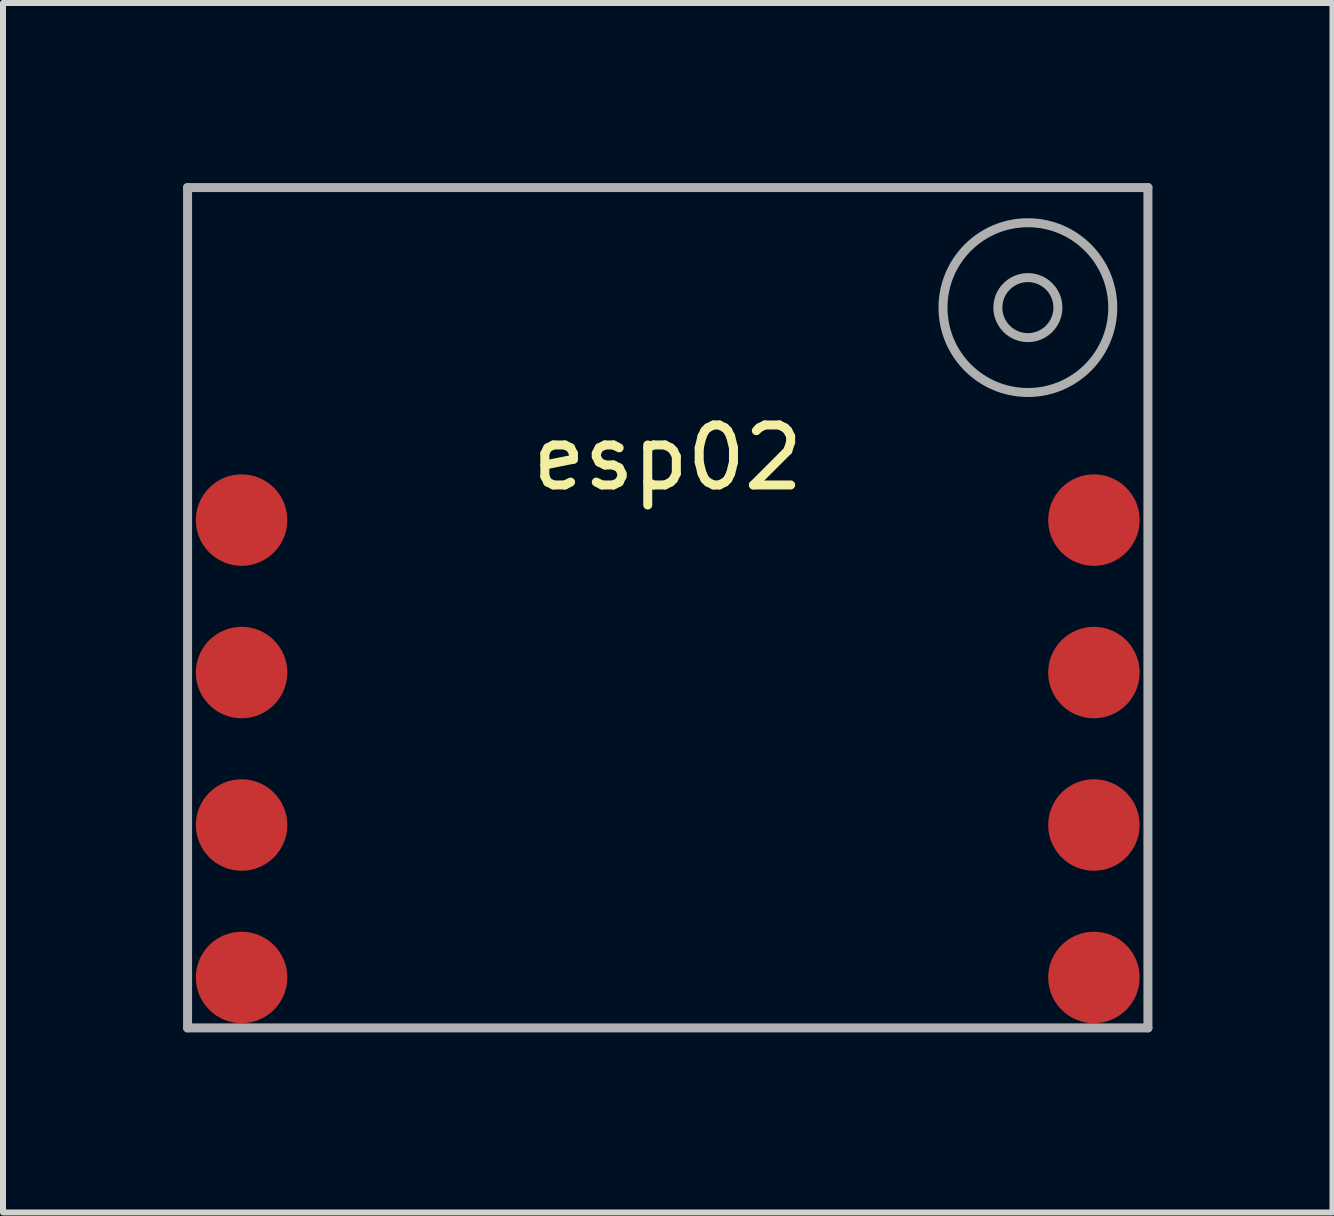
<source format=kicad_pcb>
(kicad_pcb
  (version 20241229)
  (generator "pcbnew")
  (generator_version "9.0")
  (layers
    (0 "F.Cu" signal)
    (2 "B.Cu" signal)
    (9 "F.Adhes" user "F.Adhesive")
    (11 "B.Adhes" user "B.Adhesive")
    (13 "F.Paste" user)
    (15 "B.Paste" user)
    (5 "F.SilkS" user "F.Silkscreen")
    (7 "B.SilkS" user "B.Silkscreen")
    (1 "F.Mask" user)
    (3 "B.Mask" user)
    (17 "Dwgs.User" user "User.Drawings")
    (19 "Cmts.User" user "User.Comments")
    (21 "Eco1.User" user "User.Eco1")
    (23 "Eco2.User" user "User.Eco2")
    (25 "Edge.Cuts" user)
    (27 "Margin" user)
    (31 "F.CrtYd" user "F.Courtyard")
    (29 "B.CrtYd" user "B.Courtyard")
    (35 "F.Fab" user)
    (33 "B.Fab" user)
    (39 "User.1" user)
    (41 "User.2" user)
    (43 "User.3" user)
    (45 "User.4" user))
  (footprint "esp02"
    (layer "F.Cu")
    (at 8.075 3.075)
    (property "Reference" "esp02" (at 0 1.5 0) (layer "F.SilkS") (effects (font (size 1 1) (thickness 0.15))))
    (attr through_hole)
    (fp_line (start -8 -3) (end -8 11) (stroke (width 0.15) (type solid)) (layer "F.Fab"))
    (fp_line (start -8 11) (end 8 11) (stroke (width 0.15) (type solid)) (layer "F.Fab"))
    (fp_line (start 8 -3) (end -8 -3) (stroke (width 0.15) (type solid)) (layer "F.Fab"))
    (fp_line (start 8 11) (end 8 -3) (stroke (width 0.15) (type solid)) (layer "F.Fab"))
    (fp_circle (center 6 -1) (end 6.5 -1) (stroke (width 0.15) (type solid)) (fill no) (layer "F.Fab"))
    (fp_circle (center 6 -1) (end 7 -2) (stroke (width 0.15) (type solid)) (fill no) (layer "F.Fab"))
    (pad "1" smd circle (at -7.1 2.54) (size 1.524 1.524) (layers "F.Cu" "F.Mask"))
    (pad "2" smd circle (at -7.1 5.08) (size 1.524 1.524) (layers "F.Cu" "F.Mask"))
    (pad "3" smd circle (at -7.1 7.62) (size 1.524 1.524) (layers "F.Cu" "F.Mask"))
    (pad "4" smd circle (at -7.1 10.16) (size 1.524 1.524) (layers "F.Cu" "F.Mask"))
    (pad "5" smd circle (at 7.1 10.16) (size 1.524 1.524) (layers "F.Cu" "F.Mask"))
    (pad "6" smd circle (at 7.1 7.62) (size 1.524 1.524) (layers "F.Cu" "F.Mask"))
    (pad "7" smd circle (at 7.1 5.08) (size 1.524 1.524) (layers "F.Cu" "F.Mask"))
    (pad "8" smd circle (at 7.1 2.54) (size 1.524 1.524) (layers "F.Cu" "F.Mask")))
  (gr_rect
    (start -3 -3)
    (end 19.15 17.15)
    (stroke (width 0.1) (type default))
    (fill no)
    (layer "Edge.Cuts")))
</source>
